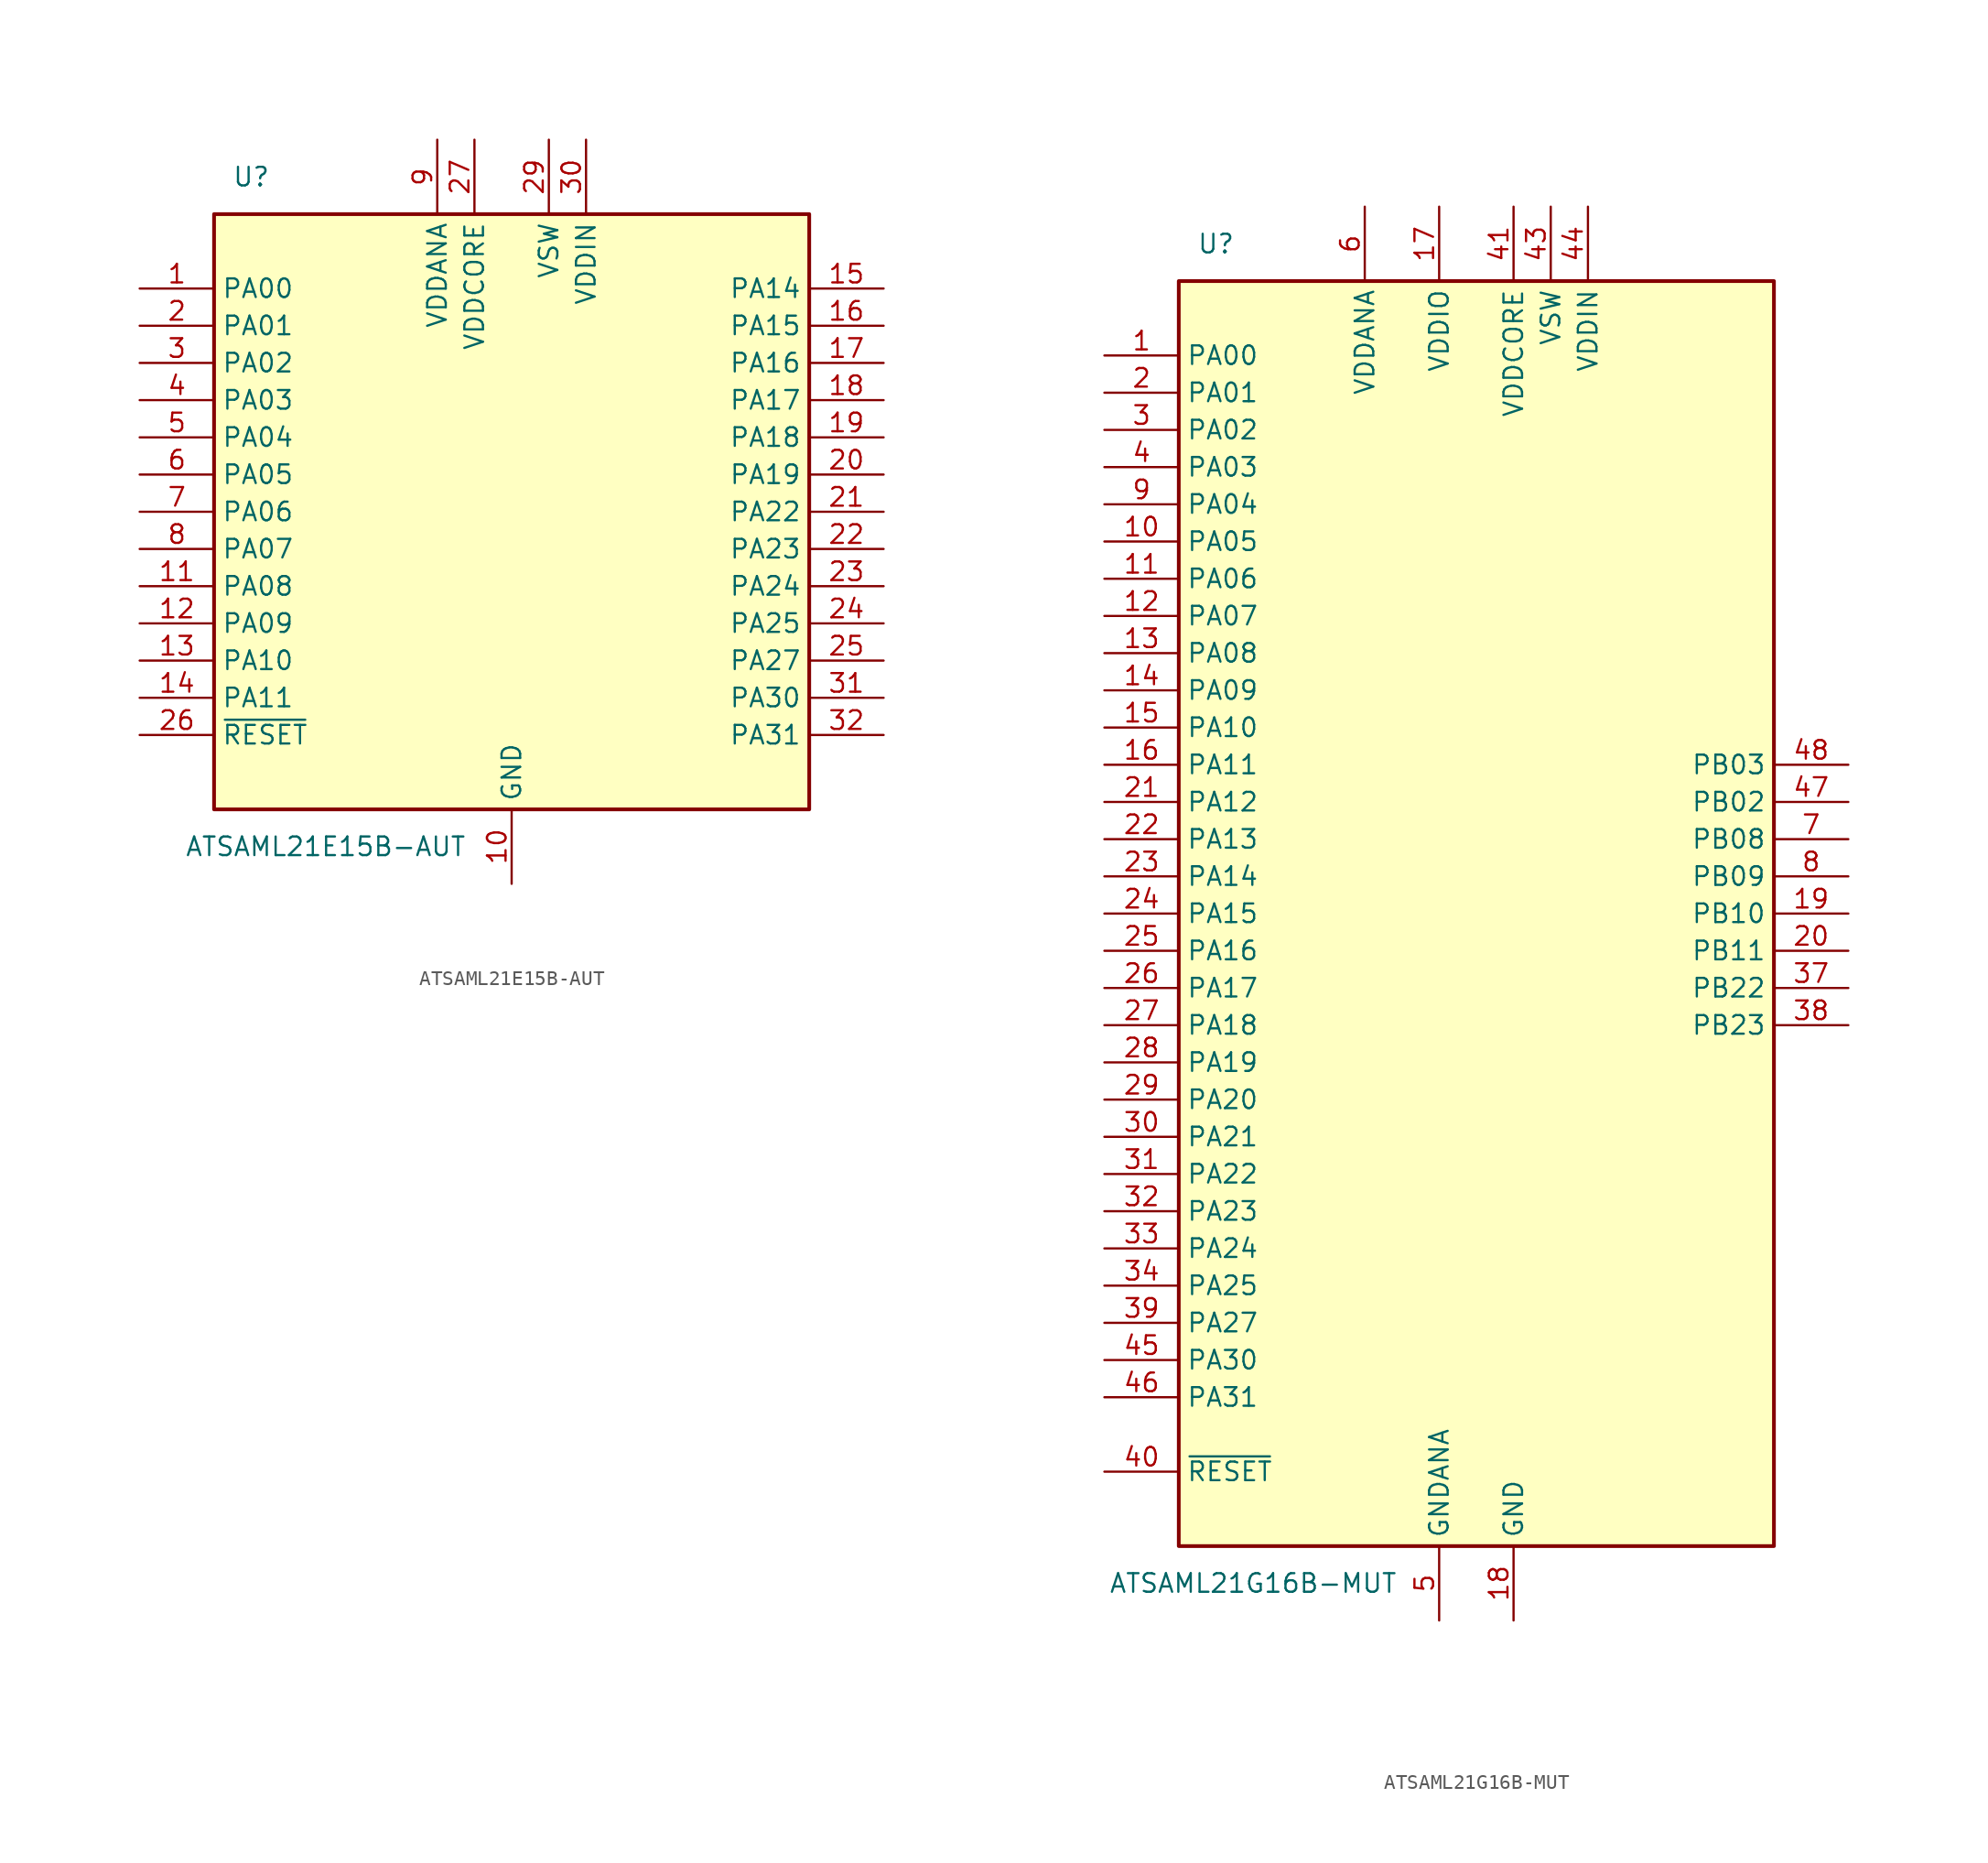
<source format=kicad_sym>
(kicad_symbol_lib
  (version 20211014)
  (generator kicad_symbol_editor)
  (symbol "ATSAML21E15B-AUT"
    (property "Reference" "U"
      (at -17.78 22.86 0)
      (effects (font (size 1.27 1.27))))
    (property "Value" "ATSAML21E15B-AUT"
      (at -12.7 -22.86 0)
      (effects (font (size 1.27 1.27))))
    (symbol "ATSAML21E15B-AUT_0_1"
      (rectangle (start -20.32 20.32) (end 20.32 -20.32) (stroke (width 0.254) (type default) (color 0 0 0 0)) (fill (type background))))
    (symbol "ATSAML21E15B-AUT_1_1"
      (pin bidirectional line (at -25.4 15.24 0) (length 5.08) (name "PA00" (effects (font (size 1.27 1.27)))) (number "1" (effects (font (size 1.27 1.27)))))
      (pin power_in line (at 0 -25.4 90) (length 5.08) (name "GND" (effects (font (size 1.27 1.27)))) (number "10" (effects (font (size 1.27 1.27)))))
      (pin bidirectional line (at -25.4 -5.08 0) (length 5.08) (name "PA08" (effects (font (size 1.27 1.27)))) (number "11" (effects (font (size 1.27 1.27)))))
      (pin bidirectional line (at -25.4 -7.62 0) (length 5.08) (name "PA09" (effects (font (size 1.27 1.27)))) (number "12" (effects (font (size 1.27 1.27)))))
      (pin bidirectional line (at -25.4 -10.16 0) (length 5.08) (name "PA10" (effects (font (size 1.27 1.27)))) (number "13" (effects (font (size 1.27 1.27)))))
      (pin bidirectional line (at -25.4 -12.7 0) (length 5.08) (name "PA11" (effects (font (size 1.27 1.27)))) (number "14" (effects (font (size 1.27 1.27)))))
      (pin bidirectional line (at 25.4 15.24 180) (length 5.08) (name "PA14" (effects (font (size 1.27 1.27)))) (number "15" (effects (font (size 1.27 1.27)))))
      (pin bidirectional line (at 25.4 12.7 180) (length 5.08) (name "PA15" (effects (font (size 1.27 1.27)))) (number "16" (effects (font (size 1.27 1.27)))))
      (pin bidirectional line (at 25.4 10.16 180) (length 5.08) (name "PA16" (effects (font (size 1.27 1.27)))) (number "17" (effects (font (size 1.27 1.27)))))
      (pin bidirectional line (at 25.4 7.62 180) (length 5.08) (name "PA17" (effects (font (size 1.27 1.27)))) (number "18" (effects (font (size 1.27 1.27)))))
      (pin bidirectional line (at 25.4 5.08 180) (length 5.08) (name "PA18" (effects (font (size 1.27 1.27)))) (number "19" (effects (font (size 1.27 1.27)))))
      (pin bidirectional line (at -25.4 12.7 0) (length 5.08) (name "PA01" (effects (font (size 1.27 1.27)))) (number "2" (effects (font (size 1.27 1.27)))))
      (pin bidirectional line (at 25.4 2.54 180) (length 5.08) (name "PA19" (effects (font (size 1.27 1.27)))) (number "20" (effects (font (size 1.27 1.27)))))
      (pin bidirectional line (at 25.4 0 180) (length 5.08) (name "PA22" (effects (font (size 1.27 1.27)))) (number "21" (effects (font (size 1.27 1.27)))))
      (pin bidirectional line (at 25.4 -2.54 180) (length 5.08) (name "PA23" (effects (font (size 1.27 1.27)))) (number "22" (effects (font (size 1.27 1.27)))))
      (pin bidirectional line (at 25.4 -5.08 180) (length 5.08) (name "PA24" (effects (font (size 1.27 1.27)))) (number "23" (effects (font (size 1.27 1.27)))))
      (pin bidirectional line (at 25.4 -7.62 180) (length 5.08) (name "PA25" (effects (font (size 1.27 1.27)))) (number "24" (effects (font (size 1.27 1.27)))))
      (pin bidirectional line (at 25.4 -10.16 180) (length 5.08) (name "PA27" (effects (font (size 1.27 1.27)))) (number "25" (effects (font (size 1.27 1.27)))))
      (pin input line (at -25.4 -15.24 0) (length 5.08) (name "~{RESET}" (effects (font (size 1.27 1.27)))) (number "26" (effects (font (size 1.27 1.27)))))
      (pin power_in line (at -2.54 25.4 270) (length 5.08) (name "VDDCORE" (effects (font (size 1.27 1.27)))) (number "27" (effects (font (size 1.27 1.27)))))
      (pin passive line (at 0 -25.4 90) (length 5.08) hide (name "GND" (effects (font (size 1.27 1.27)))) (number "28" (effects (font (size 1.27 1.27)))))
      (pin power_out line (at 2.54 25.4 270) (length 5.08) (name "VSW" (effects (font (size 1.27 1.27)))) (number "29" (effects (font (size 1.27 1.27)))))
      (pin bidirectional line (at -25.4 10.16 0) (length 5.08) (name "PA02" (effects (font (size 1.27 1.27)))) (number "3" (effects (font (size 1.27 1.27)))))
      (pin power_in line (at 5.08 25.4 270) (length 5.08) (name "VDDIN" (effects (font (size 1.27 1.27)))) (number "30" (effects (font (size 1.27 1.27)))))
      (pin bidirectional line (at 25.4 -12.7 180) (length 5.08) (name "PA30" (effects (font (size 1.27 1.27)))) (number "31" (effects (font (size 1.27 1.27)))))
      (pin bidirectional line (at 25.4 -15.24 180) (length 5.08) (name "PA31" (effects (font (size 1.27 1.27)))) (number "32" (effects (font (size 1.27 1.27)))))
      (pin bidirectional line (at -25.4 7.62 0) (length 5.08) (name "PA03" (effects (font (size 1.27 1.27)))) (number "4" (effects (font (size 1.27 1.27)))))
      (pin bidirectional line (at -25.4 5.08 0) (length 5.08) (name "PA04" (effects (font (size 1.27 1.27)))) (number "5" (effects (font (size 1.27 1.27)))))
      (pin bidirectional line (at -25.4 2.54 0) (length 5.08) (name "PA05" (effects (font (size 1.27 1.27)))) (number "6" (effects (font (size 1.27 1.27)))))
      (pin bidirectional line (at -25.4 0 0) (length 5.08) (name "PA06" (effects (font (size 1.27 1.27)))) (number "7" (effects (font (size 1.27 1.27)))))
      (pin bidirectional line (at -25.4 -2.54 0) (length 5.08) (name "PA07" (effects (font (size 1.27 1.27)))) (number "8" (effects (font (size 1.27 1.27)))))
      (pin power_in line (at -5.08 25.4 270) (length 5.08) (name "VDDANA" (effects (font (size 1.27 1.27)))) (number "9" (effects (font (size 1.27 1.27)))))))
  (symbol "ATSAML21G16B-MUT"
    (property "Reference" "U"
      (at -17.78 45.72 0)
      (effects (font (size 1.27 1.27))))
    (property "Value" "ATSAML21G16B-MUT"
      (at -15.24 -45.72 0)
      (effects (font (size 1.27 1.27))))
    (symbol "ATSAML21G16B-MUT_0_1"
      (rectangle (start -20.32 43.18) (end 20.32 -43.18) (stroke (width 0.254) (type default) (color 0 0 0 0)) (fill (type background))))
    (symbol "ATSAML21G16B-MUT_1_1"
      (pin bidirectional line (at -25.4 38.1 0) (length 5.08) (name "PA00" (effects (font (size 1.27 1.27)))) (number "1" (effects (font (size 1.27 1.27)))))
      (pin bidirectional line (at -25.4 25.4 0) (length 5.08) (name "PA05" (effects (font (size 1.27 1.27)))) (number "10" (effects (font (size 1.27 1.27)))))
      (pin bidirectional line (at -25.4 22.86 0) (length 5.08) (name "PA06" (effects (font (size 1.27 1.27)))) (number "11" (effects (font (size 1.27 1.27)))))
      (pin bidirectional line (at -25.4 20.32 0) (length 5.08) (name "PA07" (effects (font (size 1.27 1.27)))) (number "12" (effects (font (size 1.27 1.27)))))
      (pin bidirectional line (at -25.4 17.78 0) (length 5.08) (name "PA08" (effects (font (size 1.27 1.27)))) (number "13" (effects (font (size 1.27 1.27)))))
      (pin bidirectional line (at -25.4 15.24 0) (length 5.08) (name "PA09" (effects (font (size 1.27 1.27)))) (number "14" (effects (font (size 1.27 1.27)))))
      (pin bidirectional line (at -25.4 12.7 0) (length 5.08) (name "PA10" (effects (font (size 1.27 1.27)))) (number "15" (effects (font (size 1.27 1.27)))))
      (pin bidirectional line (at -25.4 10.16 0) (length 5.08) (name "PA11" (effects (font (size 1.27 1.27)))) (number "16" (effects (font (size 1.27 1.27)))))
      (pin power_in line (at -2.54 48.26 270) (length 5.08) (name "VDDIO" (effects (font (size 1.27 1.27)))) (number "17" (effects (font (size 1.27 1.27)))))
      (pin power_in line (at 2.54 -48.26 90) (length 5.08) (name "GND" (effects (font (size 1.27 1.27)))) (number "18" (effects (font (size 1.27 1.27)))))
      (pin bidirectional line (at 25.4 0 180) (length 5.08) (name "PB10" (effects (font (size 1.27 1.27)))) (number "19" (effects (font (size 1.27 1.27)))))
      (pin bidirectional line (at -25.4 35.56 0) (length 5.08) (name "PA01" (effects (font (size 1.27 1.27)))) (number "2" (effects (font (size 1.27 1.27)))))
      (pin bidirectional line (at 25.4 -2.54 180) (length 5.08) (name "PB11" (effects (font (size 1.27 1.27)))) (number "20" (effects (font (size 1.27 1.27)))))
      (pin bidirectional line (at -25.4 7.62 0) (length 5.08) (name "PA12" (effects (font (size 1.27 1.27)))) (number "21" (effects (font (size 1.27 1.27)))))
      (pin bidirectional line (at -25.4 5.08 0) (length 5.08) (name "PA13" (effects (font (size 1.27 1.27)))) (number "22" (effects (font (size 1.27 1.27)))))
      (pin bidirectional line (at -25.4 2.54 0) (length 5.08) (name "PA14" (effects (font (size 1.27 1.27)))) (number "23" (effects (font (size 1.27 1.27)))))
      (pin bidirectional line (at -25.4 0 0) (length 5.08) (name "PA15" (effects (font (size 1.27 1.27)))) (number "24" (effects (font (size 1.27 1.27)))))
      (pin bidirectional line (at -25.4 -2.54 0) (length 5.08) (name "PA16" (effects (font (size 1.27 1.27)))) (number "25" (effects (font (size 1.27 1.27)))))
      (pin bidirectional line (at -25.4 -5.08 0) (length 5.08) (name "PA17" (effects (font (size 1.27 1.27)))) (number "26" (effects (font (size 1.27 1.27)))))
      (pin bidirectional line (at -25.4 -7.62 0) (length 5.08) (name "PA18" (effects (font (size 1.27 1.27)))) (number "27" (effects (font (size 1.27 1.27)))))
      (pin bidirectional line (at -25.4 -10.16 0) (length 5.08) (name "PA19" (effects (font (size 1.27 1.27)))) (number "28" (effects (font (size 1.27 1.27)))))
      (pin bidirectional line (at -25.4 -12.7 0) (length 5.08) (name "PA20" (effects (font (size 1.27 1.27)))) (number "29" (effects (font (size 1.27 1.27)))))
      (pin bidirectional line (at -25.4 33.02 0) (length 5.08) (name "PA02" (effects (font (size 1.27 1.27)))) (number "3" (effects (font (size 1.27 1.27)))))
      (pin bidirectional line (at -25.4 -15.24 0) (length 5.08) (name "PA21" (effects (font (size 1.27 1.27)))) (number "30" (effects (font (size 1.27 1.27)))))
      (pin bidirectional line (at -25.4 -17.78 0) (length 5.08) (name "PA22" (effects (font (size 1.27 1.27)))) (number "31" (effects (font (size 1.27 1.27)))))
      (pin bidirectional line (at -25.4 -20.32 0) (length 5.08) (name "PA23" (effects (font (size 1.27 1.27)))) (number "32" (effects (font (size 1.27 1.27)))))
      (pin bidirectional line (at -25.4 -22.86 0) (length 5.08) (name "PA24" (effects (font (size 1.27 1.27)))) (number "33" (effects (font (size 1.27 1.27)))))
      (pin bidirectional line (at -25.4 -25.4 0) (length 5.08) (name "PA25" (effects (font (size 1.27 1.27)))) (number "34" (effects (font (size 1.27 1.27)))))
      (pin passive line (at 2.54 -48.26 90) (length 5.08) hide (name "GND" (effects (font (size 1.27 1.27)))) (number "35" (effects (font (size 1.27 1.27)))))
      (pin passive line (at -2.54 48.26 270) (length 5.08) hide (name "VDDIO" (effects (font (size 1.27 1.27)))) (number "36" (effects (font (size 1.27 1.27)))))
      (pin bidirectional line (at 25.4 -5.08 180) (length 5.08) (name "PB22" (effects (font (size 1.27 1.27)))) (number "37" (effects (font (size 1.27 1.27)))))
      (pin bidirectional line (at 25.4 -7.62 180) (length 5.08) (name "PB23" (effects (font (size 1.27 1.27)))) (number "38" (effects (font (size 1.27 1.27)))))
      (pin bidirectional line (at -25.4 -27.94 0) (length 5.08) (name "PA27" (effects (font (size 1.27 1.27)))) (number "39" (effects (font (size 1.27 1.27)))))
      (pin bidirectional line (at -25.4 30.48 0) (length 5.08) (name "PA03" (effects (font (size 1.27 1.27)))) (number "4" (effects (font (size 1.27 1.27)))))
      (pin input line (at -25.4 -38.1 0) (length 5.08) (name "~{RESET}" (effects (font (size 1.27 1.27)))) (number "40" (effects (font (size 1.27 1.27)))))
      (pin power_in line (at 2.54 48.26 270) (length 5.08) (name "VDDCORE" (effects (font (size 1.27 1.27)))) (number "41" (effects (font (size 1.27 1.27)))))
      (pin passive line (at 2.54 -48.26 90) (length 5.08) hide (name "GND" (effects (font (size 1.27 1.27)))) (number "42" (effects (font (size 1.27 1.27)))))
      (pin power_out line (at 5.08 48.26 270) (length 5.08) (name "VSW" (effects (font (size 1.27 1.27)))) (number "43" (effects (font (size 1.27 1.27)))))
      (pin power_in line (at 7.62 48.26 270) (length 5.08) (name "VDDIN" (effects (font (size 1.27 1.27)))) (number "44" (effects (font (size 1.27 1.27)))))
      (pin bidirectional line (at -25.4 -30.48 0) (length 5.08) (name "PA30" (effects (font (size 1.27 1.27)))) (number "45" (effects (font (size 1.27 1.27)))))
      (pin bidirectional line (at -25.4 -33.02 0) (length 5.08) (name "PA31" (effects (font (size 1.27 1.27)))) (number "46" (effects (font (size 1.27 1.27)))))
      (pin bidirectional line (at 25.4 7.62 180) (length 5.08) (name "PB02" (effects (font (size 1.27 1.27)))) (number "47" (effects (font (size 1.27 1.27)))))
      (pin bidirectional line (at 25.4 10.16 180) (length 5.08) (name "PB03" (effects (font (size 1.27 1.27)))) (number "48" (effects (font (size 1.27 1.27)))))
      (pin power_in line (at -2.54 -48.26 90) (length 5.08) (name "GNDANA" (effects (font (size 1.27 1.27)))) (number "5" (effects (font (size 1.27 1.27)))))
      (pin power_in line (at -7.62 48.26 270) (length 5.08) (name "VDDANA" (effects (font (size 1.27 1.27)))) (number "6" (effects (font (size 1.27 1.27)))))
      (pin bidirectional line (at 25.4 5.08 180) (length 5.08) (name "PB08" (effects (font (size 1.27 1.27)))) (number "7" (effects (font (size 1.27 1.27)))))
      (pin bidirectional line (at 25.4 2.54 180) (length 5.08) (name "PB09" (effects (font (size 1.27 1.27)))) (number "8" (effects (font (size 1.27 1.27)))))
      (pin bidirectional line (at -25.4 27.94 0) (length 5.08) (name "PA04" (effects (font (size 1.27 1.27)))) (number "9" (effects (font (size 1.27 1.27))))))))
</source>
